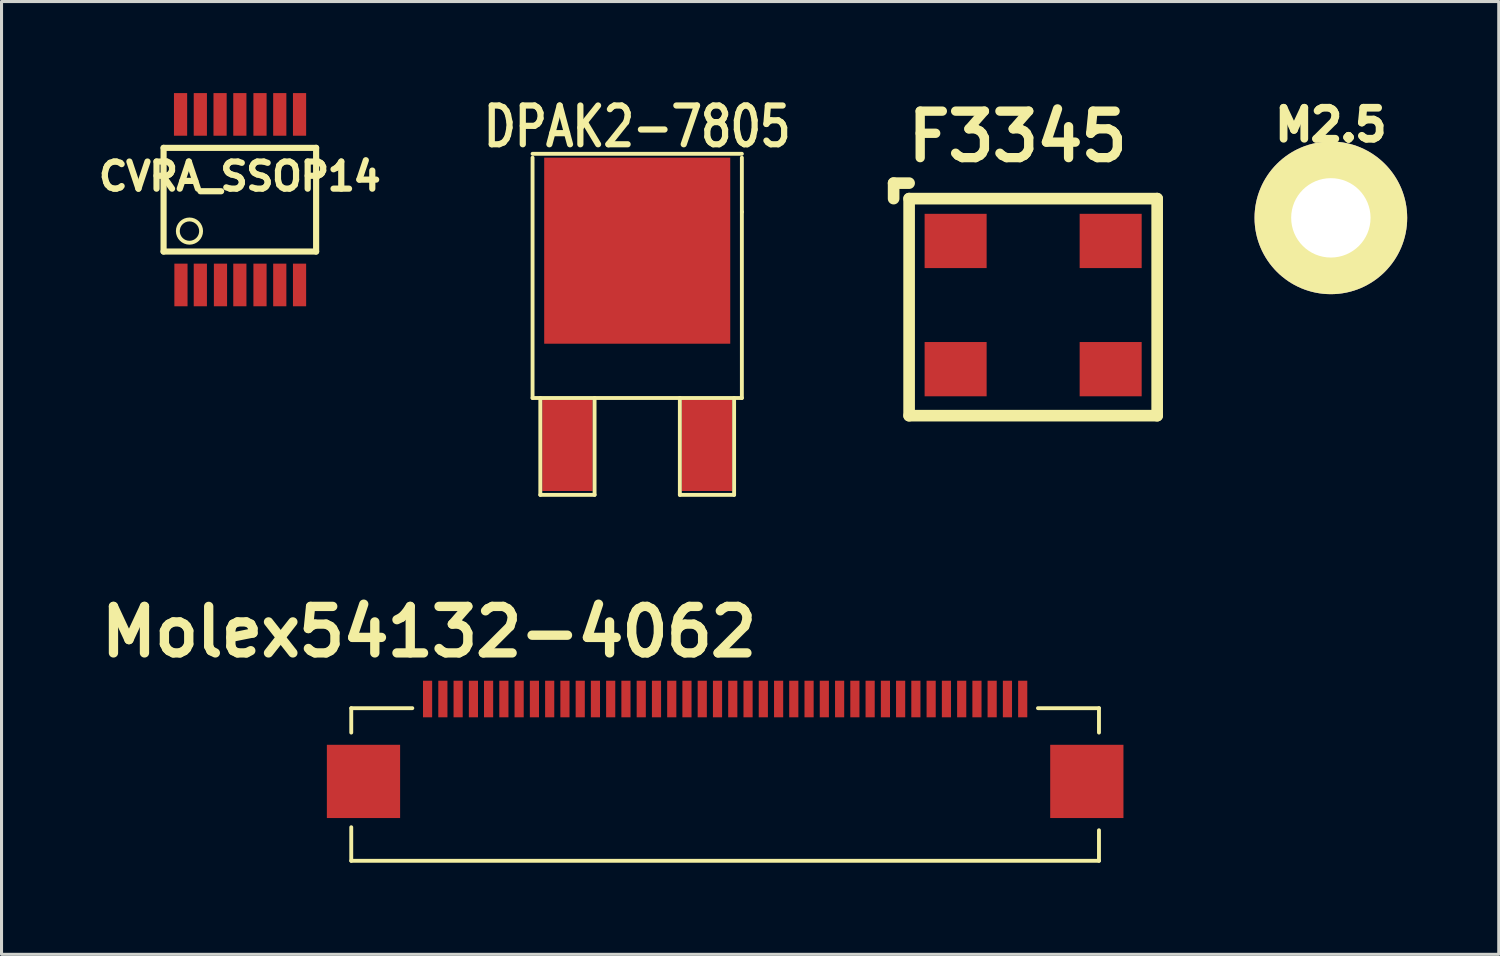
<source format=kicad_pcb>
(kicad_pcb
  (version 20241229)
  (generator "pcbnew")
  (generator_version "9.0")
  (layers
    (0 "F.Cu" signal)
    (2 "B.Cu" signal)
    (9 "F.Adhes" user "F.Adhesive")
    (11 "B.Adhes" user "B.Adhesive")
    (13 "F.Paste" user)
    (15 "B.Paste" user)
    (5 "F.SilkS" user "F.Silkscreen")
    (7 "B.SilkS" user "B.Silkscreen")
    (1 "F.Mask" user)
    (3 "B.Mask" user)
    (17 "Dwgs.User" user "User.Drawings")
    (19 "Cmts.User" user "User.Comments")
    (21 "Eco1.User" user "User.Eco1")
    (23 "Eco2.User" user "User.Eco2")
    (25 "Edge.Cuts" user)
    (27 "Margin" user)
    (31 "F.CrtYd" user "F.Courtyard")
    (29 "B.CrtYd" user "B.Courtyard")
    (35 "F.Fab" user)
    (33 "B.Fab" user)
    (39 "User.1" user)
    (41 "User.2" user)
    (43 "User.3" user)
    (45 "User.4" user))
  (footprint "M2.5"
    (layer "F.Cu")
    (at 40.557 4.088)
    (property "Reference" "M2.5" (at 0 -3.048 0) (layer "F.SilkS") (effects (font (size 1.016 1.016) (thickness 0.254))))
    (attr through_hole)
    (fp_circle (center 0 0) (end 0 -2.286) (stroke (width 0.381) (type solid)) (fill no) (layer "F.SilkS"))
    (pad "1" thru_hole circle (at 0 0) (size 5.001 5.001) (drill 2.601) (layers "*.Cu" "*.Mask" "F.SilkS")))
  (footprint "CVRA_SSOP14"
    (layer "F.Cu")
    (at 4.809 3.493)
    (property "Reference" "CVRA_SSOP14" (at 0 -0.762 0) (layer "F.SilkS") (effects (font (size 0.889 0.889) (thickness 0.203))))
    (attr smd)
    (fp_line (start -2.499 -1.699) (end 2.499 -1.699) (stroke (width 0.201) (type solid)) (layer "F.SilkS"))
    (fp_line (start -2.499 1.699) (end -2.499 -1.699) (stroke (width 0.201) (type solid)) (layer "F.SilkS"))
    (fp_line (start 2.499 -1.699) (end 2.499 1.699) (stroke (width 0.201) (type solid)) (layer "F.SilkS"))
    (fp_line (start 2.499 1.699) (end -2.499 1.699) (stroke (width 0.201) (type solid)) (layer "F.SilkS"))
    (fp_circle (center -1.651 1.029) (end -2.032 1.029) (stroke (width 0.127) (type solid)) (fill no) (layer "F.SilkS"))
    (pad "1" smd rect (at -1.93 2.794) (size 0.432 1.397) (layers "F.Cu" "F.Mask" "F.Paste"))
    (pad "2" smd rect (at -1.295 2.794) (size 0.432 1.397) (layers "F.Cu" "F.Mask" "F.Paste"))
    (pad "3" smd rect (at -0.635 2.794) (size 0.432 1.397) (layers "F.Cu" "F.Mask" "F.Paste"))
    (pad "4" smd rect (at 0 2.794) (size 0.432 1.397) (layers "F.Cu" "F.Mask" "F.Paste"))
    (pad "5" smd rect (at 0.66 2.794) (size 0.432 1.397) (layers "F.Cu" "F.Mask" "F.Paste"))
    (pad "6" smd rect (at 1.308 2.794) (size 0.432 1.397) (layers "F.Cu" "F.Mask" "F.Paste"))
    (pad "7" smd rect (at 1.956 2.794) (size 0.432 1.397) (layers "F.Cu" "F.Mask" "F.Paste"))
    (pad "8" smd rect (at 1.956 -2.794) (size 0.432 1.397) (layers "F.Cu" "F.Mask" "F.Paste"))
    (pad "9" smd rect (at 1.308 -2.794) (size 0.432 1.397) (layers "F.Cu" "F.Mask" "F.Paste"))
    (pad "10" smd rect (at 0.66 -2.794) (size 0.432 1.397) (layers "F.Cu" "F.Mask" "F.Paste"))
    (pad "11" smd rect (at 0 -2.794) (size 0.432 1.397) (layers "F.Cu" "F.Mask" "F.Paste"))
    (pad "12" smd rect (at -0.648 -2.794) (size 0.432 1.397) (layers "F.Cu" "F.Mask" "F.Paste"))
    (pad "13" smd rect (at -1.295 -2.794) (size 0.432 1.397) (layers "F.Cu" "F.Mask" "F.Paste"))
    (pad "14" smd rect (at -1.943 -2.794) (size 0.432 1.397) (layers "F.Cu" "F.Mask" "F.Paste")))
  (footprint "Molex54132-4062"
    (layer "F.Cu")
    (at 20.709 19.854)
    (property "Reference" "Molex54132-4062" (at -9.7 -2.2 0) (layer "F.SilkS") (effects (font (size 1.524 1.524) (thickness 0.305))))
    (attr through_hole)
    (fp_line (start -12.25 0.3) (end -12.25 1.1) (stroke (width 0.127) (type solid)) (layer "F.SilkS"))
    (fp_line (start -12.25 4.201) (end -12.25 5.301) (stroke (width 0.127) (type solid)) (layer "F.SilkS"))
    (fp_line (start -12.25 5.301) (end 12.25 5.301) (stroke (width 0.127) (type solid)) (layer "F.SilkS"))
    (fp_line (start -10.249 0.3) (end -12.25 0.3) (stroke (width 0.127) (type solid)) (layer "F.SilkS"))
    (fp_line (start 10.251 0.3) (end 12.25 0.3) (stroke (width 0.127) (type solid)) (layer "F.SilkS"))
    (fp_line (start 12.25 0.3) (end 12.25 1.1) (stroke (width 0.127) (type solid)) (layer "F.SilkS"))
    (fp_line (start 12.25 5.301) (end 12.25 4.3) (stroke (width 0.127) (type solid)) (layer "F.SilkS"))
    (pad "1" smd rect (at -9.749 0) (size 0.3 1.199) (layers "F.Cu" "F.Mask" "F.Paste"))
    (pad "2" smd rect (at -9.248 0) (size 0.3 1.199) (layers "F.Cu" "F.Mask" "F.Paste"))
    (pad "3" smd rect (at -8.748 0) (size 0.3 1.199) (layers "F.Cu" "F.Mask" "F.Paste"))
    (pad "4" smd rect (at -8.247 0) (size 0.3 1.199) (layers "F.Cu" "F.Mask" "F.Paste"))
    (pad "5" smd rect (at -7.75 0) (size 0.3 1.199) (layers "F.Cu" "F.Mask" "F.Paste"))
    (pad "6" smd rect (at -7.249 0) (size 0.3 1.199) (layers "F.Cu" "F.Mask" "F.Paste"))
    (pad "7" smd rect (at -6.749 0) (size 0.3 1.199) (layers "F.Cu" "F.Mask" "F.Paste"))
    (pad "8" smd rect (at -6.248 0) (size 0.3 1.199) (layers "F.Cu" "F.Mask" "F.Paste"))
    (pad "9" smd rect (at -5.748 0) (size 0.3 1.199) (layers "F.Cu" "F.Mask" "F.Paste"))
    (pad "10" smd rect (at -5.248 0) (size 0.3 1.199) (layers "F.Cu" "F.Mask" "F.Paste"))
    (pad "11" smd rect (at -4.747 0) (size 0.3 1.199) (layers "F.Cu" "F.Mask" "F.Paste"))
    (pad "12" smd rect (at -4.249 0) (size 0.3 1.199) (layers "F.Cu" "F.Mask" "F.Paste"))
    (pad "13" smd rect (at -3.749 0) (size 0.3 1.199) (layers "F.Cu" "F.Mask" "F.Paste"))
    (pad "14" smd rect (at -3.249 0) (size 0.3 1.199) (layers "F.Cu" "F.Mask" "F.Paste"))
    (pad "15" smd rect (at -2.748 0) (size 0.3 1.199) (layers "F.Cu" "F.Mask" "F.Paste"))
    (pad "16" smd rect (at -2.248 0) (size 0.3 1.199) (layers "F.Cu" "F.Mask" "F.Paste"))
    (pad "17" smd rect (at -1.748 0) (size 0.3 1.199) (layers "F.Cu" "F.Mask" "F.Paste"))
    (pad "18" smd rect (at -1.25 0) (size 0.3 1.199) (layers "F.Cu" "F.Mask" "F.Paste"))
    (pad "19" smd rect (at -0.749 0) (size 0.3 1.199) (layers "F.Cu" "F.Mask" "F.Paste"))
    (pad "20" smd rect (at -0.249 0) (size 0.3 1.199) (layers "F.Cu" "F.Mask" "F.Paste"))
    (pad "21" smd rect (at 0.251 0) (size 0.3 1.199) (layers "F.Cu" "F.Mask" "F.Paste"))
    (pad "22" smd rect (at 0.752 0) (size 0.3 1.199) (layers "F.Cu" "F.Mask" "F.Paste"))
    (pad "23" smd rect (at 1.252 0) (size 0.3 1.199) (layers "F.Cu" "F.Mask" "F.Paste"))
    (pad "24" smd rect (at 1.753 0) (size 0.3 1.199) (layers "F.Cu" "F.Mask" "F.Paste"))
    (pad "25" smd rect (at 2.25 0) (size 0.3 1.199) (layers "F.Cu" "F.Mask" "F.Paste"))
    (pad "26" smd rect (at 2.751 0) (size 0.3 1.199) (layers "F.Cu" "F.Mask" "F.Paste"))
    (pad "27" smd rect (at 3.251 0) (size 0.3 1.199) (layers "F.Cu" "F.Mask" "F.Paste"))
    (pad "28" smd rect (at 3.752 0) (size 0.3 1.199) (layers "F.Cu" "F.Mask" "F.Paste"))
    (pad "29" smd rect (at 4.252 0) (size 0.3 1.199) (layers "F.Cu" "F.Mask" "F.Paste"))
    (pad "30" smd rect (at 4.752 0) (size 0.3 1.199) (layers "F.Cu" "F.Mask" "F.Paste"))
    (pad "31" smd rect (at 5.253 0) (size 0.3 1.199) (layers "F.Cu" "F.Mask" "F.Paste"))
    (pad "32" smd rect (at 5.751 0) (size 0.3 1.199) (layers "F.Cu" "F.Mask" "F.Paste"))
    (pad "33" smd rect (at 6.251 0) (size 0.3 1.199) (layers "F.Cu" "F.Mask" "F.Paste"))
    (pad "34" smd rect (at 6.751 0) (size 0.3 1.199) (layers "F.Cu" "F.Mask" "F.Paste"))
    (pad "35" smd rect (at 7.252 0) (size 0.3 1.199) (layers "F.Cu" "F.Mask" "F.Paste"))
    (pad "36" smd rect (at 7.752 0) (size 0.3 1.199) (layers "F.Cu" "F.Mask" "F.Paste"))
    (pad "37" smd rect (at 8.252 0) (size 0.3 1.199) (layers "F.Cu" "F.Mask" "F.Paste"))
    (pad "38" smd rect (at 8.75 0) (size 0.3 1.199) (layers "F.Cu" "F.Mask" "F.Paste"))
    (pad "39" smd rect (at 9.251 0) (size 0.3 1.199) (layers "F.Cu" "F.Mask" "F.Paste"))
    (pad "40" smd rect (at 9.751 0) (size 0.3 1.199) (layers "F.Cu" "F.Mask" "F.Paste"))
    (pad "41" smd rect (at -11.849 2.7) (size 2.4 2.4) (layers "F.Cu" "F.Mask" "F.Paste"))
    (pad "42" smd rect (at 11.852 2.7) (size 2.4 2.4) (layers "F.Cu" "F.Mask" "F.Paste")))
  (footprint "DPAK2-7805"
    (layer "F.Cu")
    (at 17.829 11.514)
    (property "Reference" "DPAK2-7805" (at 0 -10.414 0) (layer "F.SilkS") (effects (font (size 1.27 1.016) (thickness 0.203))))
    (attr smd)
    (fp_line (start -3.429 -9.525) (end 3.429 -9.525) (stroke (width 0.127) (type solid)) (layer "F.SilkS"))
    (fp_line (start -3.429 -1.524) (end -3.429 -9.398) (stroke (width 0.127) (type solid)) (layer "F.SilkS"))
    (fp_line (start -3.175 -1.524) (end -3.175 1.651) (stroke (width 0.127) (type solid)) (layer "F.SilkS"))
    (fp_line (start -3.175 1.651) (end -1.397 1.651) (stroke (width 0.127) (type solid)) (layer "F.SilkS"))
    (fp_line (start -1.397 1.651) (end -1.397 -1.524) (stroke (width 0.127) (type solid)) (layer "F.SilkS"))
    (fp_line (start 1.397 -1.524) (end 1.397 1.651) (stroke (width 0.127) (type solid)) (layer "F.SilkS"))
    (fp_line (start 1.397 1.651) (end 3.175 1.651) (stroke (width 0.127) (type solid)) (layer "F.SilkS"))
    (fp_line (start 3.175 1.651) (end 3.175 -1.524) (stroke (width 0.127) (type solid)) (layer "F.SilkS"))
    (fp_line (start 3.429 -9.398) (end 3.429 -7.62) (stroke (width 0.127) (type solid)) (layer "F.SilkS"))
    (fp_line (start 3.429 -7.62) (end 3.429 -1.524) (stroke (width 0.127) (type solid)) (layer "F.SilkS"))
    (fp_line (start 3.429 -1.524) (end -3.429 -1.524) (stroke (width 0.127) (type solid)) (layer "F.SilkS"))
    (pad "GND" smd rect (at 0 -6.35) (size 6.096 6.096) (layers "F.Cu" "F.Mask" "F.Paste"))
    (pad "VI" smd rect (at -2.286 0) (size 1.651 3.048) (layers "F.Cu" "F.Mask" "F.Paste"))
    (pad "VO" smd rect (at 2.286 0) (size 1.651 3.048) (layers "F.Cu" "F.Mask" "F.Paste")))
  (footprint "F3345"
    (layer "F.Cu")
    (at 28.262 9.046)
    (property "Reference" "F3345" (at 2.032 -7.62 0) (layer "F.SilkS") (effects (font (size 1.524 1.524) (thickness 0.305))))
    (attr through_hole)
    (fp_line (start -2.032 -6.096) (end -2.032 -5.588) (stroke (width 0.381) (type solid)) (layer "F.SilkS"))
    (fp_line (start -2.032 -6.096) (end -1.524 -6.096) (stroke (width 0.381) (type solid)) (layer "F.SilkS"))
    (fp_line (start -1.524 -5.588) (end 6.604 -5.588) (stroke (width 0.381) (type solid)) (layer "F.SilkS"))
    (fp_line (start -1.524 1.524) (end -1.524 -5.588) (stroke (width 0.381) (type solid)) (layer "F.SilkS"))
    (fp_line (start 6.604 -5.588) (end 6.604 1.524) (stroke (width 0.381) (type solid)) (layer "F.SilkS"))
    (fp_line (start 6.604 1.524) (end -1.524 1.524) (stroke (width 0.381) (type solid)) (layer "F.SilkS"))
    (pad "1" smd rect (at 0 -4.201) (size 2.032 1.778) (layers "F.Cu" "F.Mask" "F.Paste"))
    (pad "2" smd rect (at 5.08 -4.201) (size 2.032 1.778) (layers "F.Cu" "F.Mask" "F.Paste"))
    (pad "3" smd rect (at 5.08 0) (size 2.032 1.778) (layers "F.Cu" "F.Mask" "F.Paste"))
    (pad "4" smd rect (at 0 0) (size 2.032 1.778) (layers "F.Cu" "F.Mask" "F.Paste")))
  (gr_rect
    (start -3 -3)
    (end 46.058 28.219)
    (stroke (width 0.1) (type default))
    (fill no)
    (layer "Edge.Cuts")))
</source>
